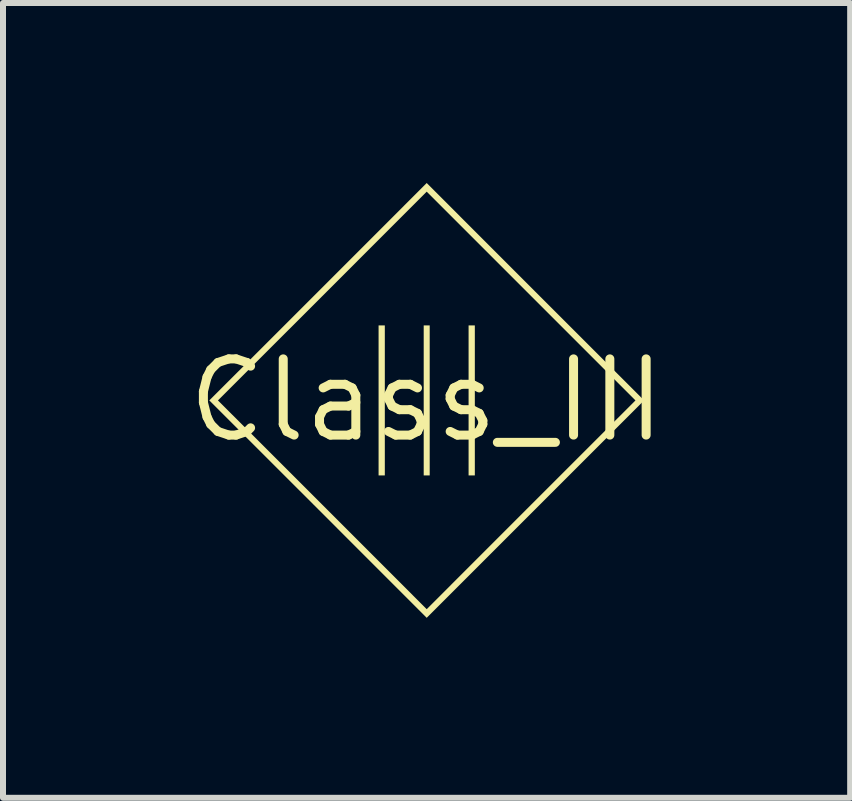
<source format=kicad_pcb>
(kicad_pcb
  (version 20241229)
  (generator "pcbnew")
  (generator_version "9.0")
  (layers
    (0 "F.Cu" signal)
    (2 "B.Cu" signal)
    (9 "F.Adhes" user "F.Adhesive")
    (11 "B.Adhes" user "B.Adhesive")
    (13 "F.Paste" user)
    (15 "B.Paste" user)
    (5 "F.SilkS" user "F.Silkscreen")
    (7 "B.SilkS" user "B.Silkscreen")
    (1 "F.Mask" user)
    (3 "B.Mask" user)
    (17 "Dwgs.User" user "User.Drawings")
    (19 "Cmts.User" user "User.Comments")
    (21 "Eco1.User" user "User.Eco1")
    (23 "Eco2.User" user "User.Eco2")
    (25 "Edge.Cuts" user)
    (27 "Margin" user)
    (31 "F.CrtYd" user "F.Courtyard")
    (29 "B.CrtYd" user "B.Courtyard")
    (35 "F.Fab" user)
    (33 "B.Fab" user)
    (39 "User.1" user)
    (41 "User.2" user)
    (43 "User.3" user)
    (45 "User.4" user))
  (footprint "Class_III"
    (layer "F.Cu")
    (at 4.059 3.621)
    (property "Reference" "Class_III" (at 0 0 0) (layer "F.SilkS") (effects (font (size 1.27 1.27) (thickness 0.15))))
    (attr board_only exclude_from_pos_files exclude_from_bom)
    (fp_poly (pts (xy -0.696 1.252) (xy -0.8 1.252) (xy -0.8 -1.248) (xy -0.696 -1.248)) (stroke (width 0) (type solid)) (fill yes) (layer "F.SilkS"))
    (fp_poly (pts (xy 0.052 1.252) (xy -0.048 1.252) (xy -0.048 -1.248) (xy 0.052 -1.248)) (stroke (width 0) (type solid)) (fill yes) (layer "F.SilkS"))
    (fp_poly (pts (xy 0.804 1.252) (xy 0.7 1.252) (xy 0.7 -1.248) (xy 0.804 -1.248)) (stroke (width 0) (type solid)) (fill yes) (layer "F.SilkS"))
    (fp_poly (pts (xy 1.813 -1.809) (xy 3.625 0.002) (xy 0.002 3.625) (xy -1.809 1.813) (xy -3.621 0.002) (xy -3.477 0.002) (xy -1.737 1.741) (xy 0.002 3.481) (xy 1.741 1.741) (xy 3.481 0.002) (xy 0.002 -3.477) (xy -1.737 -1.737) (xy -3.477 0.002) (xy -3.621 0.002) (xy -1.809 -1.809) (xy 0.002 -3.621)) (stroke (width 0) (type solid)) (fill yes) (layer "F.SilkS")))
  (gr_rect
    (start -3 -3)
    (end 11.118 10.245)
    (stroke (width 0.1) (type default))
    (fill no)
    (layer "Edge.Cuts")))
</source>
